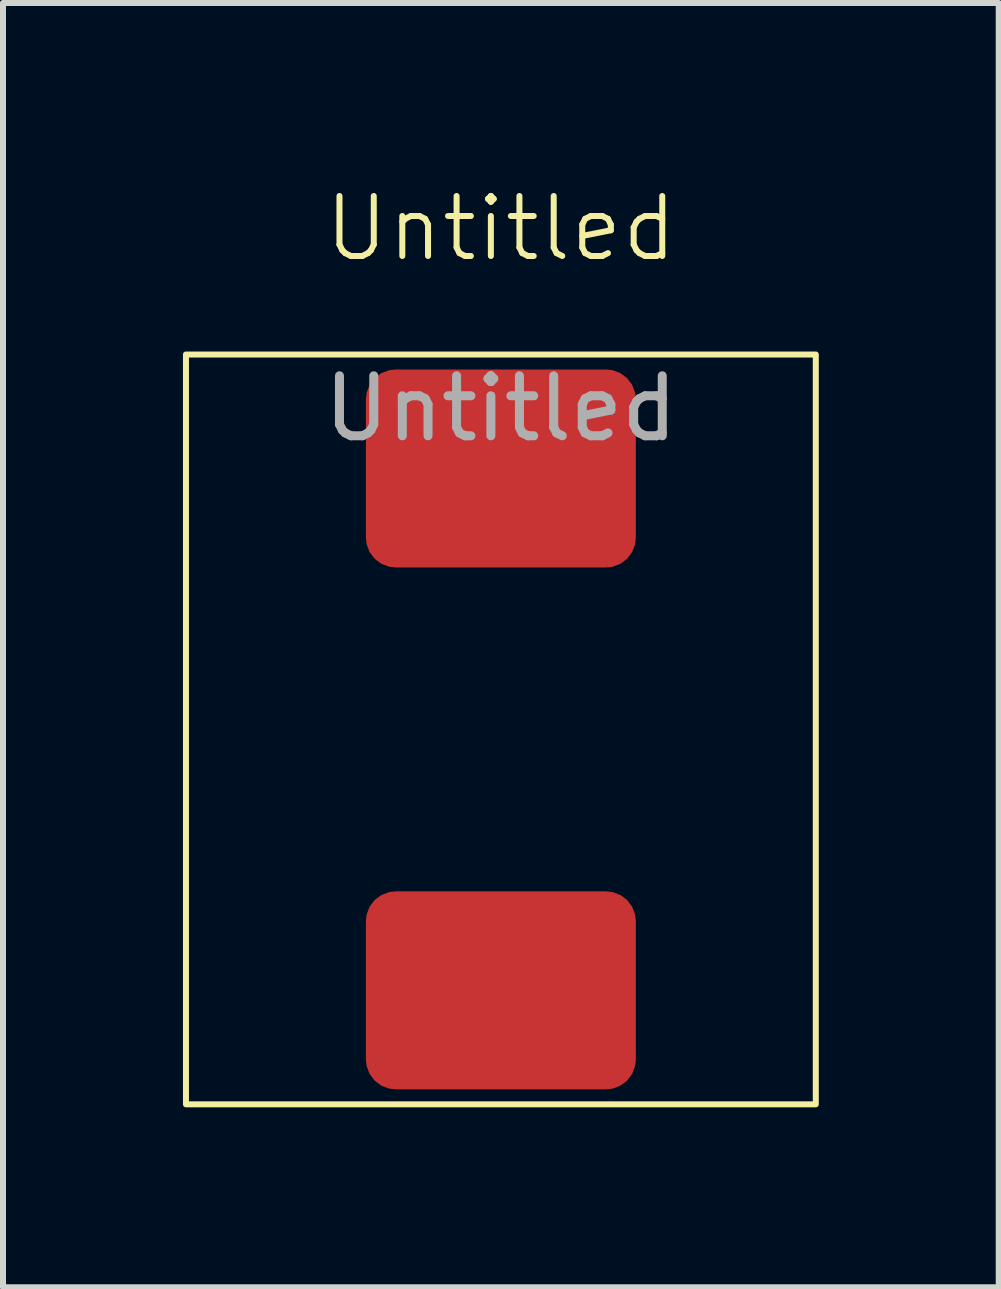
<source format=kicad_pcb>
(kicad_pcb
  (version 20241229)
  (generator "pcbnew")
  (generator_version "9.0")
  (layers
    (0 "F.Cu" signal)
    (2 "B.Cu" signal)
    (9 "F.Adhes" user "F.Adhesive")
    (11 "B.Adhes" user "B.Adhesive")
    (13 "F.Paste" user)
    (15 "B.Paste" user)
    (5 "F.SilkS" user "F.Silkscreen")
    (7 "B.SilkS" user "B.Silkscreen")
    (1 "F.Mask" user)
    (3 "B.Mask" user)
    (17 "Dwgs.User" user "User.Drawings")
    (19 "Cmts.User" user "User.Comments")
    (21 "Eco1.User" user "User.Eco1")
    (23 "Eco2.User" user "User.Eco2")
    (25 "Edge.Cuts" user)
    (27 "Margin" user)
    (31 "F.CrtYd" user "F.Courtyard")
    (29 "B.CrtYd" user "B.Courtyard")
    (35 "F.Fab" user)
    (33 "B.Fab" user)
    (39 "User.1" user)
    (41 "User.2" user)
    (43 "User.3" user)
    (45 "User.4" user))
  (footprint "Untitled"
    (layer "F.Cu")
    (at 5.3 1.26)
    (property "Reference" "Untitled" (at 0 -0.5 0) (unlocked yes) (layer "F.SilkS") (effects (font (size 1 1) (thickness 0.1))))
    (attr smd)
    (fp_rect (start -5.25 1.6) (end 5.25 14.1) (stroke (width 0.1) (type default)) (fill no) (layer "F.SilkS"))
    (fp_text user "${REFERENCE}" (at 0 2.5 0) (unlocked yes) (layer "F.Fab") (effects (font (size 1 1) (thickness 0.15))))
    (pad "1" smd roundrect (at 0 3.5) (size 4.5 3.3) (layers "F.Cu" "F.Mask" "F.Paste") (roundrect_rratio 0.15))
    (pad "2" smd roundrect (at 0 12.2) (size 4.5 3.3) (layers "F.Cu" "F.Mask" "F.Paste") (roundrect_rratio 0.15)))
  (gr_rect
    (start -3 -3)
    (end 13.6 18.41)
    (stroke (width 0.1) (type default))
    (fill no)
    (layer "Edge.Cuts")))
</source>
